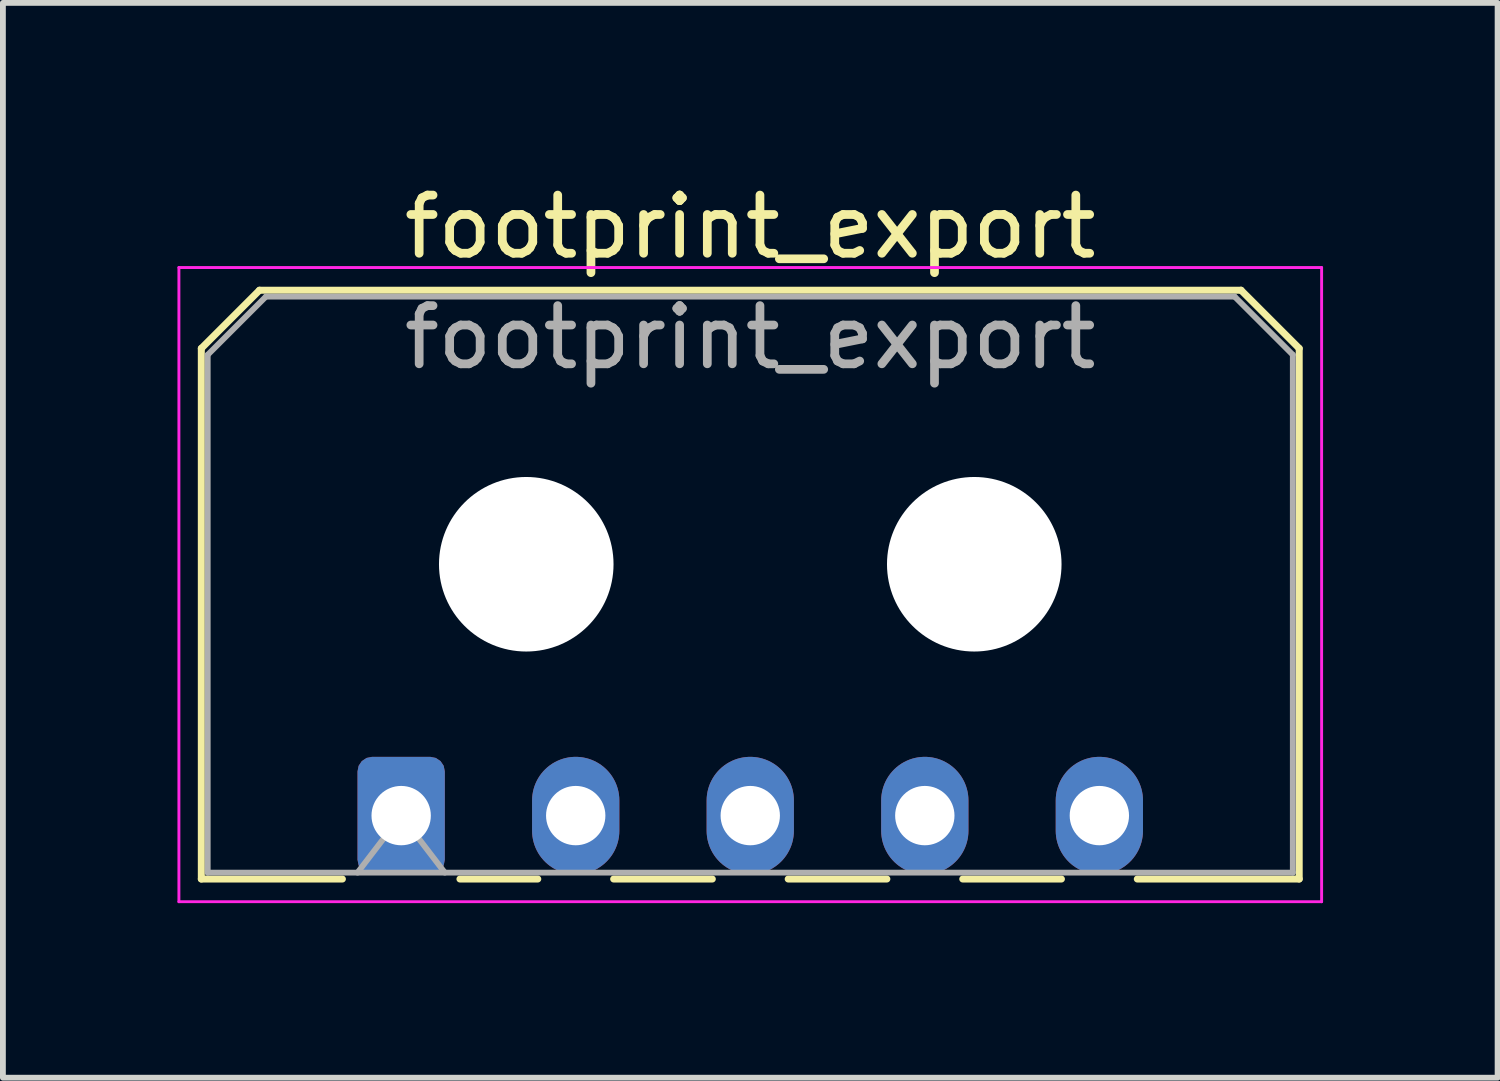
<source format=kicad_pcb>
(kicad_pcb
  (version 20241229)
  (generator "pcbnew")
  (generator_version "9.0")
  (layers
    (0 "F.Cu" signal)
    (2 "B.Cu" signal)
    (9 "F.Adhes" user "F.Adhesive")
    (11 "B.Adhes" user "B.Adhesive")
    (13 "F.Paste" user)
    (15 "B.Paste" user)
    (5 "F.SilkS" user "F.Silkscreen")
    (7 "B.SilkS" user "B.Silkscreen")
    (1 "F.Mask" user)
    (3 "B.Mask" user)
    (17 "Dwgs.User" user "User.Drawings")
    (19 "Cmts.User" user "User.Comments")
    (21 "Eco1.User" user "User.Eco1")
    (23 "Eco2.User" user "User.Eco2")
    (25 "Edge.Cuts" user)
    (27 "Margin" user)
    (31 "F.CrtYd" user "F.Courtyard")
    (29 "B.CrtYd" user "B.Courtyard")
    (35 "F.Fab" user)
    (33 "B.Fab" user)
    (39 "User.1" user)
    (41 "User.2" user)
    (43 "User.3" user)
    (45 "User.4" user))
  (footprint "footprint_export"
    (layer "F.Cu")
    (at 3.845 10.968)
    (property "Reference" "footprint_export" (at 6 -10.12 0) (layer "F.SilkS") (effects (font (size 1 1) (thickness 0.15))))
    (attr through_hole)
    (fp_line (start -3.435 -8.03) (end -2.435 -9.03) (stroke (width 0.12) (type solid)) (layer "F.SilkS"))
    (fp_line (start -3.435 1.09) (end -3.435 -8.03) (stroke (width 0.12) (type solid)) (layer "F.SilkS"))
    (fp_line (start -3.435 1.09) (end -1.01 1.09) (stroke (width 0.12) (type solid)) (layer "F.SilkS"))
    (fp_line (start -2.435 -9.03) (end 14.435 -9.03) (stroke (width 0.12) (type solid)) (layer "F.SilkS"))
    (fp_line (start 1.01 1.09) (end 2.348 1.09) (stroke (width 0.12) (type solid)) (layer "F.SilkS"))
    (fp_line (start 3.652 1.09) (end 5.348 1.09) (stroke (width 0.12) (type solid)) (layer "F.SilkS"))
    (fp_line (start 6.652 1.09) (end 8.348 1.09) (stroke (width 0.12) (type solid)) (layer "F.SilkS"))
    (fp_line (start 9.652 1.09) (end 11.348 1.09) (stroke (width 0.12) (type solid)) (layer "F.SilkS"))
    (fp_line (start 14.435 -9.03) (end 15.435 -8.03) (stroke (width 0.12) (type solid)) (layer "F.SilkS"))
    (fp_line (start 15.435 -8.03) (end 15.435 1.09) (stroke (width 0.12) (type solid)) (layer "F.SilkS"))
    (fp_line (start 15.435 1.09) (end 12.652 1.09) (stroke (width 0.12) (type solid)) (layer "F.SilkS"))
    (fp_line (start -3.82 -9.42) (end 15.82 -9.42) (stroke (width 0.05) (type solid)) (layer "F.CrtYd"))
    (fp_line (start -3.82 1.48) (end -3.82 -9.42) (stroke (width 0.05) (type solid)) (layer "F.CrtYd"))
    (fp_line (start 15.82 -9.42) (end 15.82 1.48) (stroke (width 0.05) (type solid)) (layer "F.CrtYd"))
    (fp_line (start 15.82 1.48) (end -3.82 1.48) (stroke (width 0.05) (type solid)) (layer "F.CrtYd"))
    (fp_line (start -3.325 -7.92) (end -2.325 -8.92) (stroke (width 0.1) (type solid)) (layer "F.Fab"))
    (fp_line (start -3.325 0.98) (end -3.325 -7.92) (stroke (width 0.1) (type solid)) (layer "F.Fab"))
    (fp_line (start -2.325 -8.92) (end 14.325 -8.92) (stroke (width 0.1) (type solid)) (layer "F.Fab"))
    (fp_line (start -0.75 0.98) (end 0 0) (stroke (width 0.1) (type solid)) (layer "F.Fab"))
    (fp_line (start 0 0) (end 0.75 0.98) (stroke (width 0.1) (type solid)) (layer "F.Fab"))
    (fp_line (start 14.325 -8.92) (end 15.325 -7.92) (stroke (width 0.1) (type solid)) (layer "F.Fab"))
    (fp_line (start 15.325 -7.92) (end 15.325 0.98) (stroke (width 0.1) (type solid)) (layer "F.Fab"))
    (fp_line (start 15.325 0.98) (end -3.325 0.98) (stroke (width 0.1) (type solid)) (layer "F.Fab"))
    (fp_text user "${REFERENCE}" (at 6 -8.22 0) (layer "F.Fab") (effects (font (size 1 1) (thickness 0.15))))
    (pad "" np_thru_hole circle (at 2.15 -4.32) (size 3 3) (drill 3) (layers "*.Cu" "*.Mask"))
    (pad "" np_thru_hole circle (at 9.85 -4.32) (size 3 3) (drill 3) (layers "*.Cu" "*.Mask"))
    (pad "1" thru_hole roundrect (at 0 0) (size 1.5 2.02) (drill 1.02) (layers "*.Cu" "*.Mask") (roundrect_rratio 0.167))
    (pad "2" thru_hole oval (at 3 0) (size 1.5 2.02) (drill 1.02) (layers "*.Cu" "*.Mask"))
    (pad "3" thru_hole oval (at 6 0) (size 1.5 2.02) (drill 1.02) (layers "*.Cu" "*.Mask"))
    (pad "4" thru_hole oval (at 9 0) (size 1.5 2.02) (drill 1.02) (layers "*.Cu" "*.Mask"))
    (pad "5" thru_hole oval (at 12 0) (size 1.5 2.02) (drill 1.02) (layers "*.Cu" "*.Mask")))
  (gr_rect
    (start -3 -3)
    (end 22.69 15.473)
    (stroke (width 0.1) (type default))
    (fill no)
    (layer "Edge.Cuts")))
</source>
